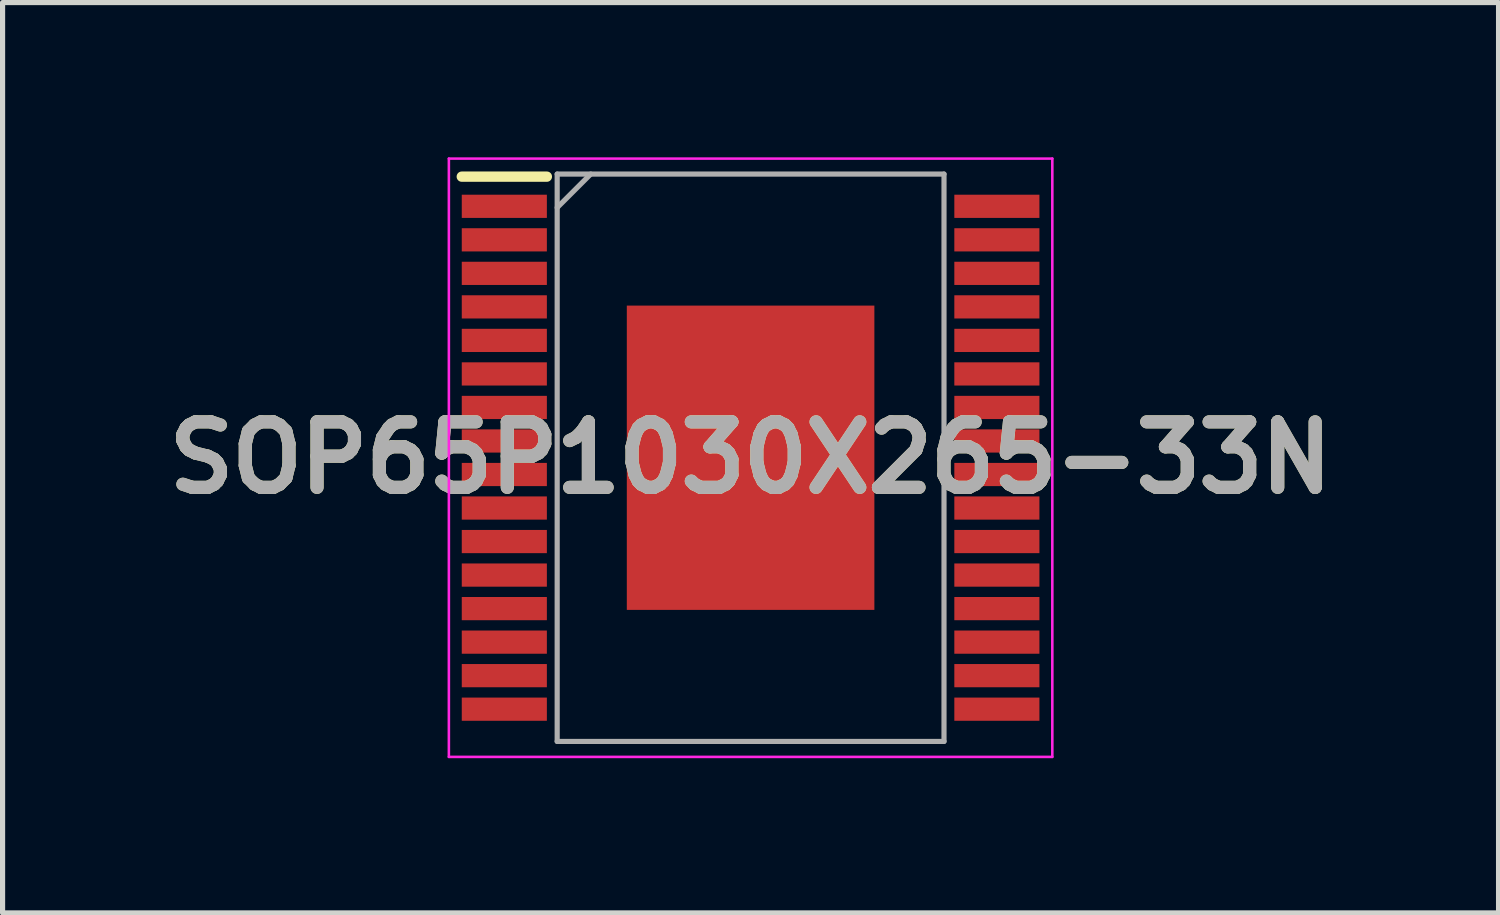
<source format=kicad_pcb>
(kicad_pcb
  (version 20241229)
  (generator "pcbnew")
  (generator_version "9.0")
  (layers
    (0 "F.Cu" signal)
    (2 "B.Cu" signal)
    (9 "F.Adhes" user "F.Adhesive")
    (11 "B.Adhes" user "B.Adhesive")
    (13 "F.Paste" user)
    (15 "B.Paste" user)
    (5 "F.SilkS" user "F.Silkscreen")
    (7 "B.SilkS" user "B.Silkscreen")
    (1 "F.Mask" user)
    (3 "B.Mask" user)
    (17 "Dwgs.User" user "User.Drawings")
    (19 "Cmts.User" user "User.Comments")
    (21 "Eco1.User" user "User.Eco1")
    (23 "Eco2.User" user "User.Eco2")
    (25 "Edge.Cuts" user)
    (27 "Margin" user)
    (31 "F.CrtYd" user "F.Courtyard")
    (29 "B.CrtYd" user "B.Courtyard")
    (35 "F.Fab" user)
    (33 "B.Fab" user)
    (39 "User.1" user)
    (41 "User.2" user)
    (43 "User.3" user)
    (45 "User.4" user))
  (footprint "SOP65P1030X265-33N"
    (layer "F.Cu")
    (at 11.503 5.825)
    (property "Reference" "SOP65P1030X265-33N" (at 0 0 0) (layer "F.SilkS") (effects (font (size 1.27 1.27) (thickness 0.254))))
    (attr smd)
    (fp_line (start -5.6 -5.45) (end -3.95 -5.45) (stroke (width 0.2) (type solid)) (layer "F.SilkS"))
    (fp_line (start -5.85 -5.8) (end 5.85 -5.8) (stroke (width 0.05) (type solid)) (layer "F.CrtYd"))
    (fp_line (start -5.85 5.8) (end -5.85 -5.8) (stroke (width 0.05) (type solid)) (layer "F.CrtYd"))
    (fp_line (start 5.85 -5.8) (end 5.85 5.8) (stroke (width 0.05) (type solid)) (layer "F.CrtYd"))
    (fp_line (start 5.85 5.8) (end -5.85 5.8) (stroke (width 0.05) (type solid)) (layer "F.CrtYd"))
    (fp_line (start -3.75 -5.5) (end 3.75 -5.5) (stroke (width 0.1) (type solid)) (layer "F.Fab"))
    (fp_line (start -3.75 -4.85) (end -3.1 -5.5) (stroke (width 0.1) (type solid)) (layer "F.Fab"))
    (fp_line (start -3.75 5.5) (end -3.75 -5.5) (stroke (width 0.1) (type solid)) (layer "F.Fab"))
    (fp_line (start 3.75 -5.5) (end 3.75 5.5) (stroke (width 0.1) (type solid)) (layer "F.Fab"))
    (fp_line (start 3.75 5.5) (end -3.75 5.5) (stroke (width 0.1) (type solid)) (layer "F.Fab"))
    (fp_text user "${REFERENCE}" (at 0 0 0) (layer "F.Fab") (effects (font (size 1.27 1.27) (thickness 0.254))))
    (pad "1" smd rect (at -4.775 -4.875 90) (size 0.45 1.65) (layers "F.Cu" "F.Mask" "F.Paste"))
    (pad "2" smd rect (at -4.775 -4.225 90) (size 0.45 1.65) (layers "F.Cu" "F.Mask" "F.Paste"))
    (pad "3" smd rect (at -4.775 -3.575 90) (size 0.45 1.65) (layers "F.Cu" "F.Mask" "F.Paste"))
    (pad "4" smd rect (at -4.775 -2.925 90) (size 0.45 1.65) (layers "F.Cu" "F.Mask" "F.Paste"))
    (pad "5" smd rect (at -4.775 -2.275 90) (size 0.45 1.65) (layers "F.Cu" "F.Mask" "F.Paste"))
    (pad "6" smd rect (at -4.775 -1.625 90) (size 0.45 1.65) (layers "F.Cu" "F.Mask" "F.Paste"))
    (pad "7" smd rect (at -4.775 -0.975 90) (size 0.45 1.65) (layers "F.Cu" "F.Mask" "F.Paste"))
    (pad "8" smd rect (at -4.775 -0.325 90) (size 0.45 1.65) (layers "F.Cu" "F.Mask" "F.Paste"))
    (pad "9" smd rect (at -4.775 0.325 90) (size 0.45 1.65) (layers "F.Cu" "F.Mask" "F.Paste"))
    (pad "10" smd rect (at -4.775 0.975 90) (size 0.45 1.65) (layers "F.Cu" "F.Mask" "F.Paste"))
    (pad "11" smd rect (at -4.775 1.625 90) (size 0.45 1.65) (layers "F.Cu" "F.Mask" "F.Paste"))
    (pad "12" smd rect (at -4.775 2.275 90) (size 0.45 1.65) (layers "F.Cu" "F.Mask" "F.Paste"))
    (pad "13" smd rect (at -4.775 2.925 90) (size 0.45 1.65) (layers "F.Cu" "F.Mask" "F.Paste"))
    (pad "14" smd rect (at -4.775 3.575 90) (size 0.45 1.65) (layers "F.Cu" "F.Mask" "F.Paste"))
    (pad "15" smd rect (at -4.775 4.225 90) (size 0.45 1.65) (layers "F.Cu" "F.Mask" "F.Paste"))
    (pad "16" smd rect (at -4.775 4.875 90) (size 0.45 1.65) (layers "F.Cu" "F.Mask" "F.Paste"))
    (pad "17" smd rect (at 4.775 4.875 90) (size 0.45 1.65) (layers "F.Cu" "F.Mask" "F.Paste"))
    (pad "18" smd rect (at 4.775 4.225 90) (size 0.45 1.65) (layers "F.Cu" "F.Mask" "F.Paste"))
    (pad "19" smd rect (at 4.775 3.575 90) (size 0.45 1.65) (layers "F.Cu" "F.Mask" "F.Paste"))
    (pad "20" smd rect (at 4.775 2.925 90) (size 0.45 1.65) (layers "F.Cu" "F.Mask" "F.Paste"))
    (pad "21" smd rect (at 4.775 2.275 90) (size 0.45 1.65) (layers "F.Cu" "F.Mask" "F.Paste"))
    (pad "22" smd rect (at 4.775 1.625 90) (size 0.45 1.65) (layers "F.Cu" "F.Mask" "F.Paste"))
    (pad "23" smd rect (at 4.775 0.975 90) (size 0.45 1.65) (layers "F.Cu" "F.Mask" "F.Paste"))
    (pad "24" smd rect (at 4.775 0.325 90) (size 0.45 1.65) (layers "F.Cu" "F.Mask" "F.Paste"))
    (pad "25" smd rect (at 4.775 -0.325 90) (size 0.45 1.65) (layers "F.Cu" "F.Mask" "F.Paste"))
    (pad "26" smd rect (at 4.775 -0.975 90) (size 0.45 1.65) (layers "F.Cu" "F.Mask" "F.Paste"))
    (pad "27" smd rect (at 4.775 -1.625 90) (size 0.45 1.65) (layers "F.Cu" "F.Mask" "F.Paste"))
    (pad "28" smd rect (at 4.775 -2.275 90) (size 0.45 1.65) (layers "F.Cu" "F.Mask" "F.Paste"))
    (pad "29" smd rect (at 4.775 -2.925 90) (size 0.45 1.65) (layers "F.Cu" "F.Mask" "F.Paste"))
    (pad "30" smd rect (at 4.775 -3.575 90) (size 0.45 1.65) (layers "F.Cu" "F.Mask" "F.Paste"))
    (pad "31" smd rect (at 4.775 -4.225 90) (size 0.45 1.65) (layers "F.Cu" "F.Mask" "F.Paste"))
    (pad "32" smd rect (at 4.775 -4.875 90) (size 0.45 1.65) (layers "F.Cu" "F.Mask" "F.Paste"))
    (pad "33" smd rect (at 0 0) (size 4.8 5.9) (layers "F.Cu" "F.Mask" "F.Paste")))
  (gr_rect
    (start -3 -3)
    (end 26.005 14.65)
    (stroke (width 0.1) (type default))
    (fill no)
    (layer "Edge.Cuts")))
</source>
